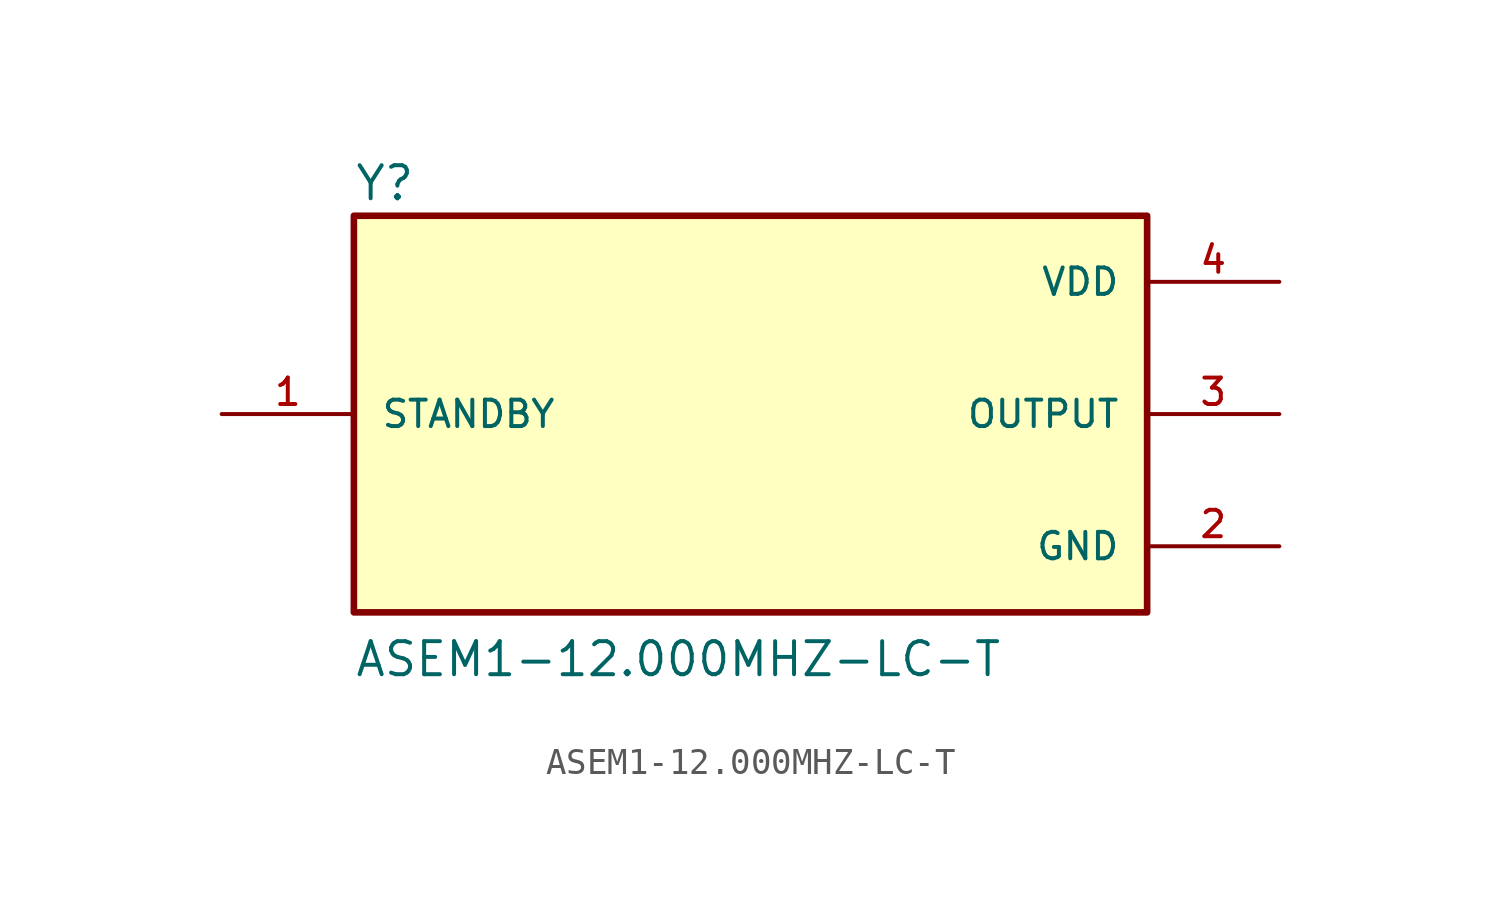
<source format=kicad_sym>
(kicad_symbol_lib
  (version 20211014)
  (generator kicad_symbol_editor)
  (symbol "ASEM1-12.000MHZ-LC-T"
    (pin_names
      (offset 1.016))
    (property "Reference" "Y"
      (at -15.24 8.128 0)
      (effects (font (size 1.27 1.27)) (justify bottom left)))
    (property "Value" "ASEM1-12.000MHZ-LC-T"
      (at -15.24 -10.16 0)
      (effects (font (size 1.27 1.27)) (justify bottom left)))
    (symbol "ASEM1-12.000MHZ-LC-T_0_0"
      (rectangle (start -15.24 -7.62) (end 15.24 7.62) (stroke (width 0.254)) (fill (type background)))
      (pin power_in line (at 20.32 5.08 180.0) (length 5.08) (name "VDD" (effects (font (size 1.016 1.016)))) (number "4" (effects (font (size 1.016 1.016)))))
      (pin passive line (at -20.32 0.0 0) (length 5.08) (name "STANDBY" (effects (font (size 1.016 1.016)))) (number "1" (effects (font (size 1.016 1.016)))))
      (pin power_in line (at 20.32 -5.08 180.0) (length 5.08) (name "GND" (effects (font (size 1.016 1.016)))) (number "2" (effects (font (size 1.016 1.016)))))
      (pin output line (at 20.32 0.0 180.0) (length 5.08) (name "OUTPUT" (effects (font (size 1.016 1.016)))) (number "3" (effects (font (size 1.016 1.016))))))))
</source>
